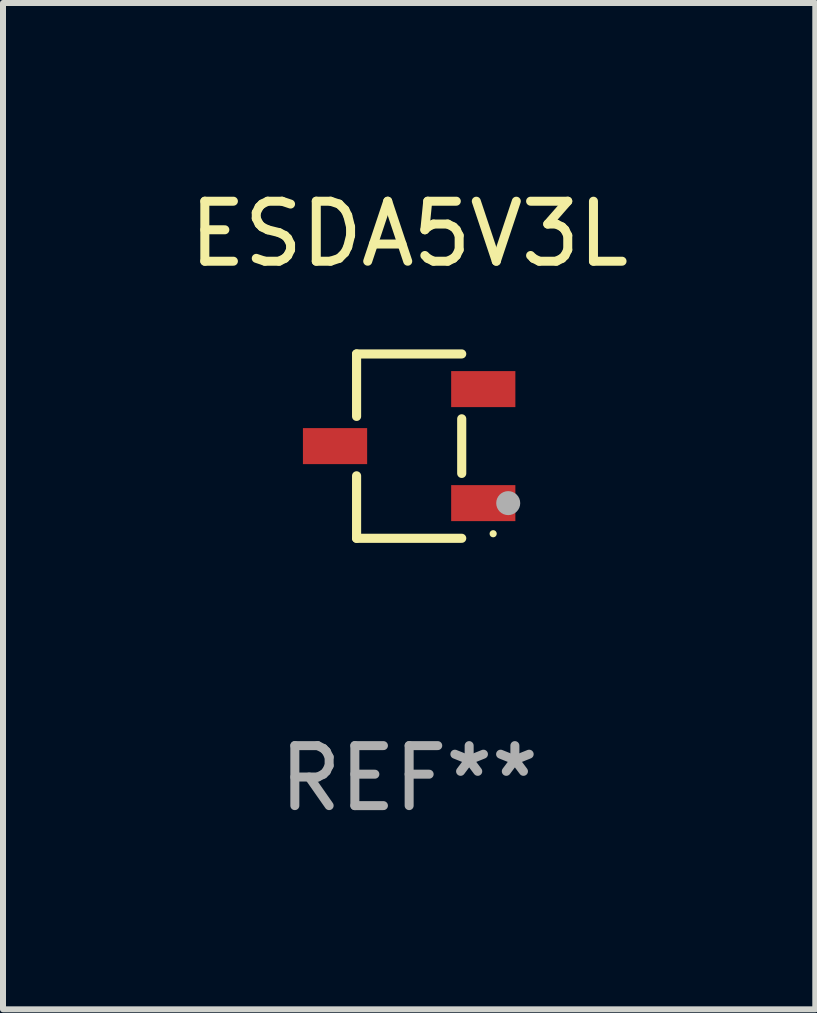
<source format=kicad_pcb>
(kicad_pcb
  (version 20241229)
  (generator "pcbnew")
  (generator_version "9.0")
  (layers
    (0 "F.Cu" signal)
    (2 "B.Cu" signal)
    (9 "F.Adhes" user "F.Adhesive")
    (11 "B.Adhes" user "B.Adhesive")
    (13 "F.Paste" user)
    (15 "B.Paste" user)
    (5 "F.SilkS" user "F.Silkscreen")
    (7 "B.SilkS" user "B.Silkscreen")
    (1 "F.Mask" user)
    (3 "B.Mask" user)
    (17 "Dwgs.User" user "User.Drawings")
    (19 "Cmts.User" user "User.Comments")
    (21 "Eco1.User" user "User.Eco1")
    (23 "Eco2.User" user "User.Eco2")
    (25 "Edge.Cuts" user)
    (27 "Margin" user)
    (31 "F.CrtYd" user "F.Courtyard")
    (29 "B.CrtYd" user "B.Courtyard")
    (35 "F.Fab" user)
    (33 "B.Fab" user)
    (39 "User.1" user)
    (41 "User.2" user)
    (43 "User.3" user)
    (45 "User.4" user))
  (footprint "ESDA5V3L"
    (layer "F.Cu")
    (at 3.768 4.384)
    (property "Reference" "ESDA5V3L" (at 0 -3.536 0) (layer "F.SilkS") (effects (font (size 1 1) (thickness 0.15))))
    (attr through_hole)
    (fp_line (start -0.876 -1.536) (end -0.876 -0.495) (stroke (width 0.152) (type solid)) (layer "F.SilkS"))
    (fp_line (start -0.876 1.536) (end -0.876 0.495) (stroke (width 0.152) (type solid)) (layer "F.SilkS"))
    (fp_line (start 0.876 -1.536) (end -0.876 -1.536) (stroke (width 0.152) (type solid)) (layer "F.SilkS"))
    (fp_line (start 0.876 -0.455) (end 0.876 0.455) (stroke (width 0.152) (type solid)) (layer "F.SilkS"))
    (fp_line (start 0.876 1.536) (end -0.876 1.536) (stroke (width 0.152) (type solid)) (layer "F.SilkS"))
    (fp_circle (center 1.4 1.46) (end 1.43 1.46) (stroke (width 0.06) (type solid)) (fill no) (layer "F.SilkS"))
    (fp_circle (center 1.651 0.95) (end 1.751 0.95) (stroke (width 0.2) (type solid)) (fill no) (layer "F.Fab"))
    (fp_text user "REF**" (at 0 5.536 0) (layer "F.Fab") (effects (font (size 1 1) (thickness 0.15))))
    (pad "1" smd rect (at 1.235 0.95) (size 1.07 0.6) (layers "F.Cu" "F.Mask" "F.Paste"))
    (pad "2" smd rect (at 1.235 -0.95) (size 1.07 0.6) (layers "F.Cu" "F.Mask" "F.Paste"))
    (pad "3" smd rect (at -1.235 0) (size 1.07 0.6) (layers "F.Cu" "F.Mask" "F.Paste")))
  (gr_rect
    (start -3 -3)
    (end 10.536 13.769)
    (stroke (width 0.1) (type default))
    (fill no)
    (layer "Edge.Cuts")))
</source>
